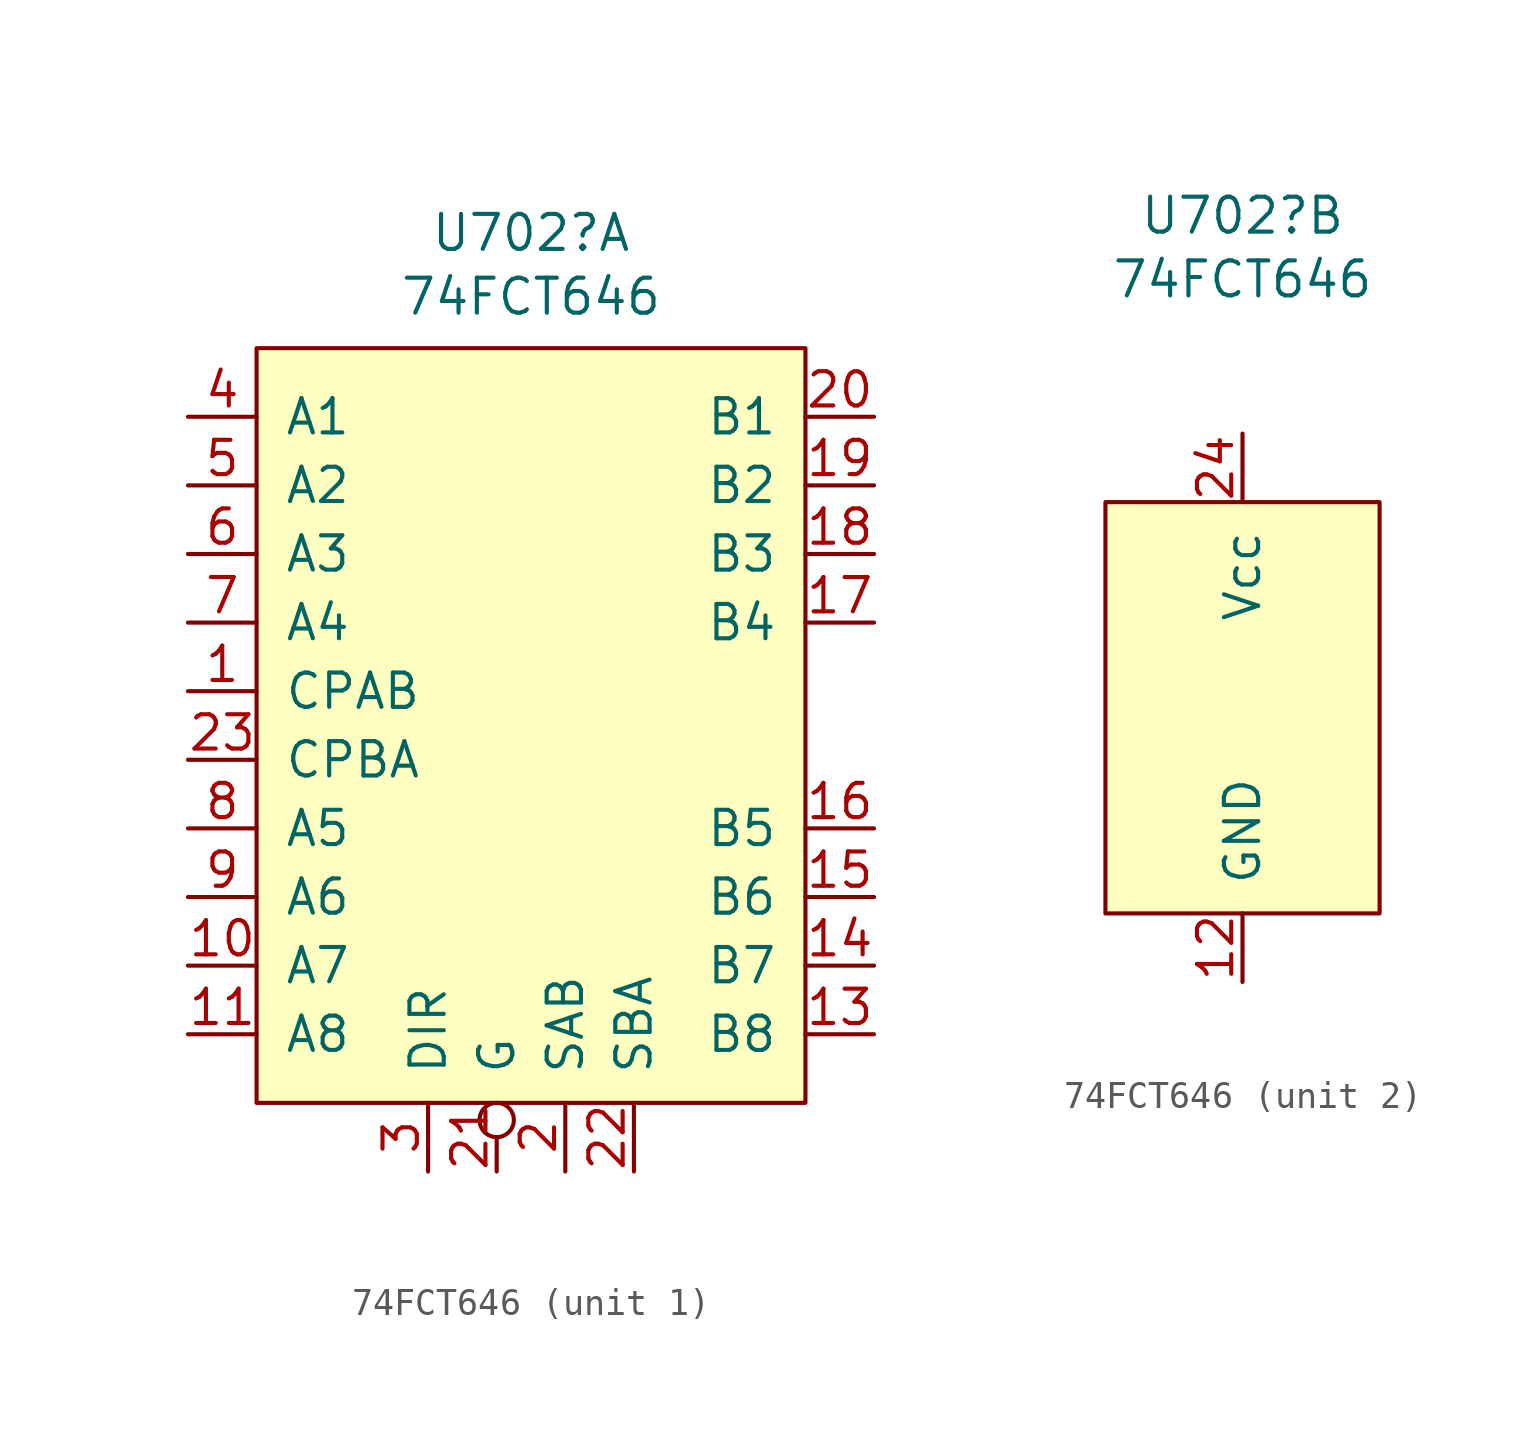
<source format=kicad_sym>
(kicad_symbol_lib
  (version 20220914)
  (generator kicad_symbol_editor)
  (symbol "74FCT646"
    (pin_names
      (offset 1.016))
    (property "Reference" "U702"
      (at 0 18.237 0)
      (effects (font (size 1.295 1.295))))
    (property "Value" "74FCT646"
      (at 0 15.875 0)
      (effects (font (size 1.295 1.295))))
    (property "ki_locked" ""
      (at 0 0 0)
      (effects (font (size 1.27 1.27))))
    (symbol "74FCT646_1_0"
      (pin input line (at -12.7 1.27 0) (length 2.54) (name "CPAB" (effects (font (size 1.27 1.27)))) (number "1" (effects (font (size 1.27 1.27)))))
      (pin bidirectional line (at -12.7 -8.89 0) (length 2.54) (name "A7" (effects (font (size 1.27 1.27)))) (number "10" (effects (font (size 1.27 1.27)))))
      (pin bidirectional line (at -12.7 -11.43 0) (length 2.54) (name "A8" (effects (font (size 1.27 1.27)))) (number "11" (effects (font (size 1.27 1.27)))))
      (pin bidirectional line (at 12.7 -11.43 180) (length 2.54) (name "B8" (effects (font (size 1.27 1.27)))) (number "13" (effects (font (size 1.27 1.27)))))
      (pin bidirectional line (at 12.7 -8.89 180) (length 2.54) (name "B7" (effects (font (size 1.27 1.27)))) (number "14" (effects (font (size 1.27 1.27)))))
      (pin bidirectional line (at 12.7 -6.35 180) (length 2.54) (name "B6" (effects (font (size 1.27 1.27)))) (number "15" (effects (font (size 1.27 1.27)))))
      (pin bidirectional line (at 12.7 -3.81 180) (length 2.54) (name "B5" (effects (font (size 1.27 1.27)))) (number "16" (effects (font (size 1.27 1.27)))))
      (pin bidirectional line (at 12.7 3.81 180) (length 2.54) (name "B4" (effects (font (size 1.27 1.27)))) (number "17" (effects (font (size 1.27 1.27)))))
      (pin bidirectional line (at 12.7 6.35 180) (length 2.54) (name "B3" (effects (font (size 1.27 1.27)))) (number "18" (effects (font (size 1.27 1.27)))))
      (pin bidirectional line (at 12.7 8.89 180) (length 2.54) (name "B2" (effects (font (size 1.27 1.27)))) (number "19" (effects (font (size 1.27 1.27)))))
      (pin input line (at 1.27 -16.51 90) (length 2.54) (name "SAB" (effects (font (size 1.27 1.27)))) (number "2" (effects (font (size 1.27 1.27)))))
      (pin bidirectional line (at 12.7 11.43 180) (length 2.54) (name "B1" (effects (font (size 1.27 1.27)))) (number "20" (effects (font (size 1.27 1.27)))))
      (pin input inverted (at -1.27 -16.51 90) (length 2.54) (name "G" (effects (font (size 1.27 1.27)))) (number "21" (effects (font (size 1.27 1.27)))))
      (pin input line (at 3.81 -16.51 90) (length 2.54) (name "SBA" (effects (font (size 1.27 1.27)))) (number "22" (effects (font (size 1.27 1.27)))))
      (pin input line (at -12.7 -1.27 0) (length 2.54) (name "CPBA" (effects (font (size 1.27 1.27)))) (number "23" (effects (font (size 1.27 1.27)))))
      (pin input line (at -3.81 -16.51 90) (length 2.54) (name "DIR" (effects (font (size 1.27 1.27)))) (number "3" (effects (font (size 1.27 1.27)))))
      (pin bidirectional line (at -12.7 11.43 0) (length 2.54) (name "A1" (effects (font (size 1.27 1.27)))) (number "4" (effects (font (size 1.27 1.27)))))
      (pin bidirectional line (at -12.7 8.89 0) (length 2.54) (name "A2" (effects (font (size 1.27 1.27)))) (number "5" (effects (font (size 1.27 1.27)))))
      (pin bidirectional line (at -12.7 6.35 0) (length 2.54) (name "A3" (effects (font (size 1.27 1.27)))) (number "6" (effects (font (size 1.27 1.27)))))
      (pin bidirectional line (at -12.7 3.81 0) (length 2.54) (name "A4" (effects (font (size 1.27 1.27)))) (number "7" (effects (font (size 1.27 1.27)))))
      (pin bidirectional line (at -12.7 -3.81 0) (length 2.54) (name "A5" (effects (font (size 1.27 1.27)))) (number "8" (effects (font (size 1.27 1.27)))))
      (pin bidirectional line (at -12.7 -6.35 0) (length 2.54) (name "A6" (effects (font (size 1.27 1.27)))) (number "9" (effects (font (size 1.27 1.27))))))
    (symbol "74FCT646_1_1"
      (rectangle (start -10.16 13.97) (end 10.16 -13.97) (stroke (width 0) (type default)) (fill (type background))))
    (symbol "74FCT646_2_0"
      (pin power_in line (at 0 -10.16 90) (length 2.54) (name "GND" (effects (font (size 1.27 1.27)))) (number "12" (effects (font (size 1.27 1.27)))))
      (pin power_in line (at 0 10.16 270) (length 2.54) (name "Vcc" (effects (font (size 1.27 1.27)))) (number "24" (effects (font (size 1.27 1.27))))))
    (symbol "74FCT646_2_1"
      (rectangle (start -5.08 7.62) (end 5.08 -7.62) (stroke (width 0) (type default)) (fill (type background))))))
</source>
